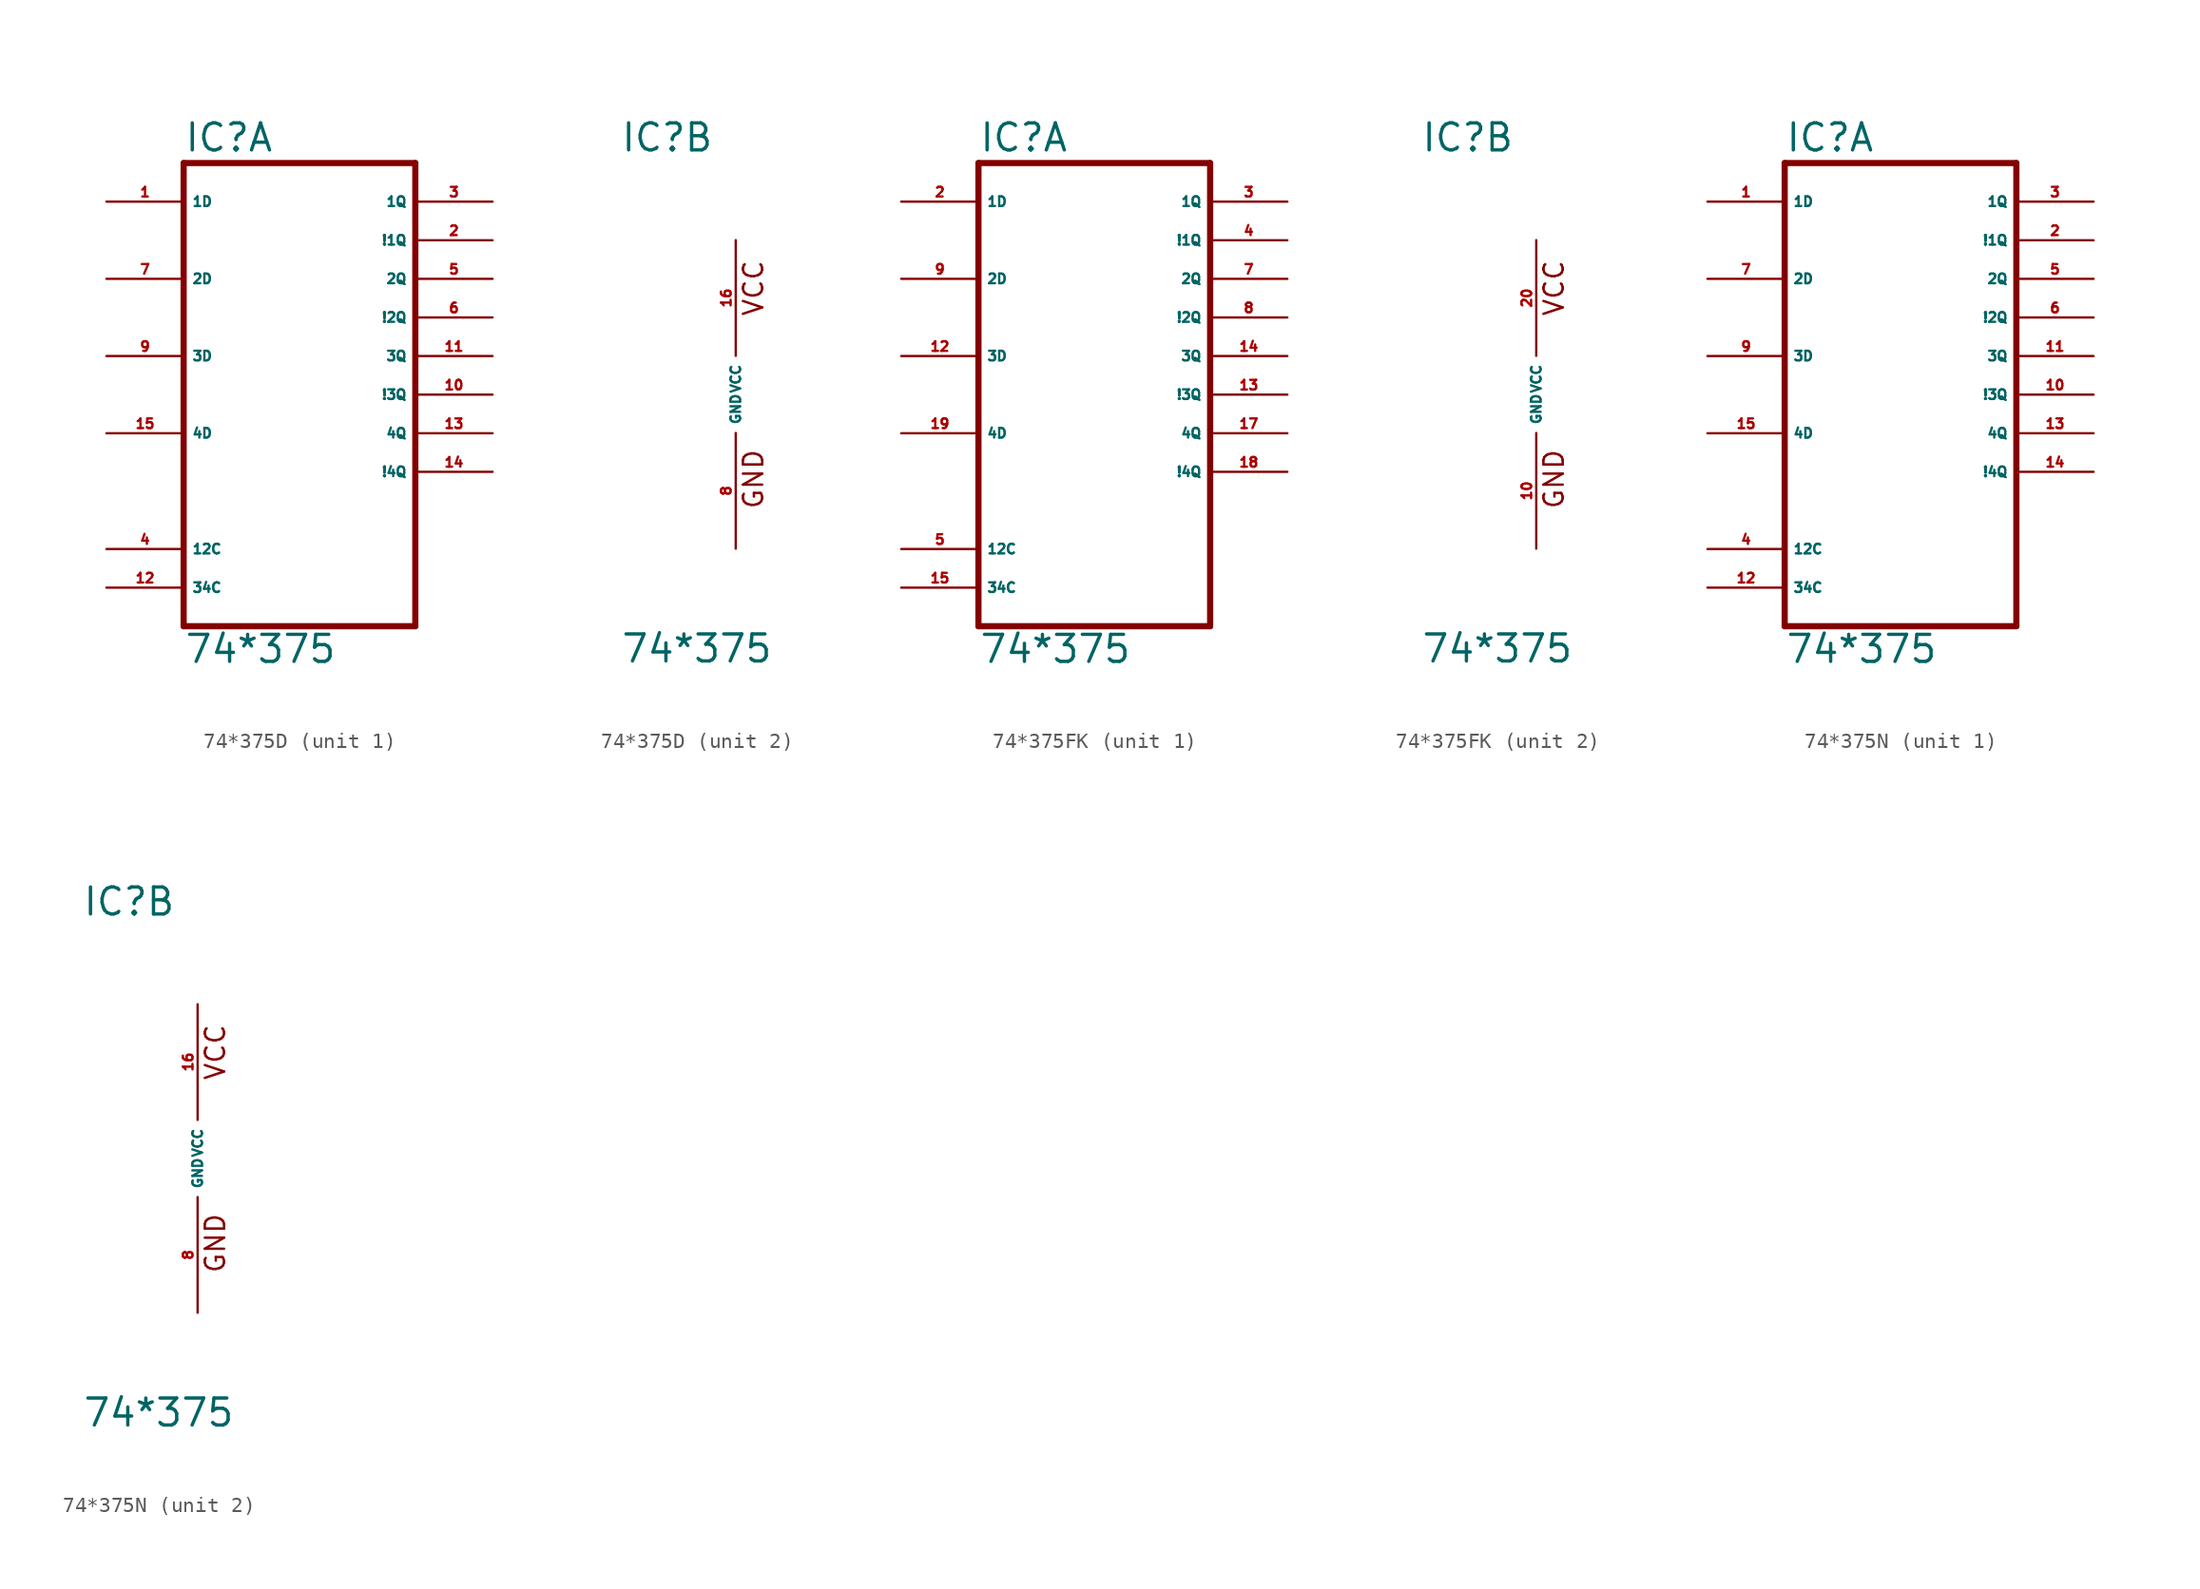
<source format=kicad_sym>
(kicad_symbol_lib
  (version 20220914)
  (generator Eagle2Kicad)
  (symbol "74*375D"
    (property "Reference" "IC"
      (at -7.62 15.875 0)
      (effects (font (size 1.778 1.778) (thickness 0.22)) (justify left bottom)))
    (property "Value" "74*375"
      (at -7.62 -17.78 0)
      (effects (font (size 1.778 1.778) (thickness 0.22)) (justify left bottom)))
    (symbol "74*375D_1_0"
      (polyline (pts (xy -7.62 -15.24) (xy 7.62 -15.24)) (stroke (width 0.406) (type default)) (fill (type none)))
      (polyline (pts (xy 7.62 -15.24) (xy 7.62 15.24)) (stroke (width 0.406) (type default)) (fill (type none)))
      (polyline (pts (xy 7.62 15.24) (xy -7.62 15.24)) (stroke (width 0.406) (type default)) (fill (type none)))
      (polyline (pts (xy -7.62 15.24) (xy -7.62 -15.24)) (stroke (width 0.406) (type default)) (fill (type none)))
      (pin input line (at -12.7 12.7 0) (length 5.08) (name "1D" (effects (font (size 0.635 0.635) (thickness 0.08)) (justify left bottom))) (number "1" (effects (font (size 0.635 0.635) (thickness 0.08)) (justify left bottom))))
      (pin output line (at 12.7 10.16 180) (length 5.08) (name "!1Q" (effects (font (size 0.635 0.635) (thickness 0.08)) (justify left bottom))) (number "2" (effects (font (size 0.635 0.635) (thickness 0.08)) (justify left bottom))))
      (pin output line (at 12.7 12.7 180) (length 5.08) (name "1Q" (effects (font (size 0.635 0.635) (thickness 0.08)) (justify left bottom))) (number "3" (effects (font (size 0.635 0.635) (thickness 0.08)) (justify left bottom))))
      (pin input line (at -12.7 -10.16 0) (length 5.08) (name "12C" (effects (font (size 0.635 0.635) (thickness 0.08)) (justify left bottom))) (number "4" (effects (font (size 0.635 0.635) (thickness 0.08)) (justify left bottom))))
      (pin output line (at 12.7 7.62 180) (length 5.08) (name "2Q" (effects (font (size 0.635 0.635) (thickness 0.08)) (justify left bottom))) (number "5" (effects (font (size 0.635 0.635) (thickness 0.08)) (justify left bottom))))
      (pin output line (at 12.7 5.08 180) (length 5.08) (name "!2Q" (effects (font (size 0.635 0.635) (thickness 0.08)) (justify left bottom))) (number "6" (effects (font (size 0.635 0.635) (thickness 0.08)) (justify left bottom))))
      (pin input line (at -12.7 7.62 0) (length 5.08) (name "2D" (effects (font (size 0.635 0.635) (thickness 0.08)) (justify left bottom))) (number "7" (effects (font (size 0.635 0.635) (thickness 0.08)) (justify left bottom))))
      (pin input line (at -12.7 2.54 0) (length 5.08) (name "3D" (effects (font (size 0.635 0.635) (thickness 0.08)) (justify left bottom))) (number "9" (effects (font (size 0.635 0.635) (thickness 0.08)) (justify left bottom))))
      (pin output line (at 12.7 0 180) (length 5.08) (name "!3Q" (effects (font (size 0.635 0.635) (thickness 0.08)) (justify left bottom))) (number "10" (effects (font (size 0.635 0.635) (thickness 0.08)) (justify left bottom))))
      (pin output line (at 12.7 2.54 180) (length 5.08) (name "3Q" (effects (font (size 0.635 0.635) (thickness 0.08)) (justify left bottom))) (number "11" (effects (font (size 0.635 0.635) (thickness 0.08)) (justify left bottom))))
      (pin input line (at -12.7 -12.7 0) (length 5.08) (name "34C" (effects (font (size 0.635 0.635) (thickness 0.08)) (justify left bottom))) (number "12" (effects (font (size 0.635 0.635) (thickness 0.08)) (justify left bottom))))
      (pin output line (at 12.7 -2.54 180) (length 5.08) (name "4Q" (effects (font (size 0.635 0.635) (thickness 0.08)) (justify left bottom))) (number "13" (effects (font (size 0.635 0.635) (thickness 0.08)) (justify left bottom))))
      (pin output line (at 12.7 -5.08 180) (length 5.08) (name "!4Q" (effects (font (size 0.635 0.635) (thickness 0.08)) (justify left bottom))) (number "14" (effects (font (size 0.635 0.635) (thickness 0.08)) (justify left bottom))))
      (pin input line (at -12.7 -2.54 0) (length 5.08) (name "4D" (effects (font (size 0.635 0.635) (thickness 0.08)) (justify left bottom))) (number "15" (effects (font (size 0.635 0.635) (thickness 0.08)) (justify left bottom)))))
    (symbol "74*375D_2_0"
      (text "GND" (at 1.905 -7.62 900) (effects (font (size 1.27 1.27) (thickness 0.16)) (justify left bottom)))
      (text "VCC" (at 1.905 5.08 900) (effects (font (size 1.27 1.27) (thickness 0.16)) (justify left bottom)))
      (pin unspecified line (at 0 -10.16 90) (length 7.62) (name "GND" (effects (font (size 0.635 0.635) (thickness 0.08)) (justify left bottom))) (number "8" (effects (font (size 0.635 0.635) (thickness 0.08)) (justify left bottom))))
      (pin unspecified line (at 0 10.16 270) (length 7.62) (name "VCC" (effects (font (size 0.635 0.635) (thickness 0.08)) (justify left bottom))) (number "16" (effects (font (size 0.635 0.635) (thickness 0.08)) (justify left bottom))))))
  (symbol "74*375FK"
    (property "Reference" "IC"
      (at -7.62 15.875 0)
      (effects (font (size 1.778 1.778) (thickness 0.22)) (justify left bottom)))
    (property "Value" "74*375"
      (at -7.62 -17.78 0)
      (effects (font (size 1.778 1.778) (thickness 0.22)) (justify left bottom)))
    (symbol "74*375FK_1_0"
      (polyline (pts (xy -7.62 -15.24) (xy 7.62 -15.24)) (stroke (width 0.406) (type default)) (fill (type none)))
      (polyline (pts (xy 7.62 -15.24) (xy 7.62 15.24)) (stroke (width 0.406) (type default)) (fill (type none)))
      (polyline (pts (xy 7.62 15.24) (xy -7.62 15.24)) (stroke (width 0.406) (type default)) (fill (type none)))
      (polyline (pts (xy -7.62 15.24) (xy -7.62 -15.24)) (stroke (width 0.406) (type default)) (fill (type none)))
      (pin input line (at -12.7 12.7 0) (length 5.08) (name "1D" (effects (font (size 0.635 0.635) (thickness 0.08)) (justify left bottom))) (number "2" (effects (font (size 0.635 0.635) (thickness 0.08)) (justify left bottom))))
      (pin output line (at 12.7 10.16 180) (length 5.08) (name "!1Q" (effects (font (size 0.635 0.635) (thickness 0.08)) (justify left bottom))) (number "4" (effects (font (size 0.635 0.635) (thickness 0.08)) (justify left bottom))))
      (pin output line (at 12.7 12.7 180) (length 5.08) (name "1Q" (effects (font (size 0.635 0.635) (thickness 0.08)) (justify left bottom))) (number "3" (effects (font (size 0.635 0.635) (thickness 0.08)) (justify left bottom))))
      (pin input line (at -12.7 -10.16 0) (length 5.08) (name "12C" (effects (font (size 0.635 0.635) (thickness 0.08)) (justify left bottom))) (number "5" (effects (font (size 0.635 0.635) (thickness 0.08)) (justify left bottom))))
      (pin output line (at 12.7 7.62 180) (length 5.08) (name "2Q" (effects (font (size 0.635 0.635) (thickness 0.08)) (justify left bottom))) (number "7" (effects (font (size 0.635 0.635) (thickness 0.08)) (justify left bottom))))
      (pin output line (at 12.7 5.08 180) (length 5.08) (name "!2Q" (effects (font (size 0.635 0.635) (thickness 0.08)) (justify left bottom))) (number "8" (effects (font (size 0.635 0.635) (thickness 0.08)) (justify left bottom))))
      (pin input line (at -12.7 7.62 0) (length 5.08) (name "2D" (effects (font (size 0.635 0.635) (thickness 0.08)) (justify left bottom))) (number "9" (effects (font (size 0.635 0.635) (thickness 0.08)) (justify left bottom))))
      (pin input line (at -12.7 2.54 0) (length 5.08) (name "3D" (effects (font (size 0.635 0.635) (thickness 0.08)) (justify left bottom))) (number "12" (effects (font (size 0.635 0.635) (thickness 0.08)) (justify left bottom))))
      (pin output line (at 12.7 0 180) (length 5.08) (name "!3Q" (effects (font (size 0.635 0.635) (thickness 0.08)) (justify left bottom))) (number "13" (effects (font (size 0.635 0.635) (thickness 0.08)) (justify left bottom))))
      (pin output line (at 12.7 2.54 180) (length 5.08) (name "3Q" (effects (font (size 0.635 0.635) (thickness 0.08)) (justify left bottom))) (number "14" (effects (font (size 0.635 0.635) (thickness 0.08)) (justify left bottom))))
      (pin input line (at -12.7 -12.7 0) (length 5.08) (name "34C" (effects (font (size 0.635 0.635) (thickness 0.08)) (justify left bottom))) (number "15" (effects (font (size 0.635 0.635) (thickness 0.08)) (justify left bottom))))
      (pin output line (at 12.7 -2.54 180) (length 5.08) (name "4Q" (effects (font (size 0.635 0.635) (thickness 0.08)) (justify left bottom))) (number "17" (effects (font (size 0.635 0.635) (thickness 0.08)) (justify left bottom))))
      (pin output line (at 12.7 -5.08 180) (length 5.08) (name "!4Q" (effects (font (size 0.635 0.635) (thickness 0.08)) (justify left bottom))) (number "18" (effects (font (size 0.635 0.635) (thickness 0.08)) (justify left bottom))))
      (pin input line (at -12.7 -2.54 0) (length 5.08) (name "4D" (effects (font (size 0.635 0.635) (thickness 0.08)) (justify left bottom))) (number "19" (effects (font (size 0.635 0.635) (thickness 0.08)) (justify left bottom)))))
    (symbol "74*375FK_2_0"
      (text "GND" (at 1.905 -7.62 900) (effects (font (size 1.27 1.27) (thickness 0.16)) (justify left bottom)))
      (text "VCC" (at 1.905 5.08 900) (effects (font (size 1.27 1.27) (thickness 0.16)) (justify left bottom)))
      (pin unspecified line (at 0 -10.16 90) (length 7.62) (name "GND" (effects (font (size 0.635 0.635) (thickness 0.08)) (justify left bottom))) (number "10" (effects (font (size 0.635 0.635) (thickness 0.08)) (justify left bottom))))
      (pin unspecified line (at 0 10.16 270) (length 7.62) (name "VCC" (effects (font (size 0.635 0.635) (thickness 0.08)) (justify left bottom))) (number "20" (effects (font (size 0.635 0.635) (thickness 0.08)) (justify left bottom))))))
  (symbol "74*375N"
    (property "Reference" "IC"
      (at -7.62 15.875 0)
      (effects (font (size 1.778 1.778) (thickness 0.22)) (justify left bottom)))
    (property "Value" "74*375"
      (at -7.62 -17.78 0)
      (effects (font (size 1.778 1.778) (thickness 0.22)) (justify left bottom)))
    (symbol "74*375N_1_0"
      (polyline (pts (xy -7.62 -15.24) (xy 7.62 -15.24)) (stroke (width 0.406) (type default)) (fill (type none)))
      (polyline (pts (xy 7.62 -15.24) (xy 7.62 15.24)) (stroke (width 0.406) (type default)) (fill (type none)))
      (polyline (pts (xy 7.62 15.24) (xy -7.62 15.24)) (stroke (width 0.406) (type default)) (fill (type none)))
      (polyline (pts (xy -7.62 15.24) (xy -7.62 -15.24)) (stroke (width 0.406) (type default)) (fill (type none)))
      (pin input line (at -12.7 12.7 0) (length 5.08) (name "1D" (effects (font (size 0.635 0.635) (thickness 0.08)) (justify left bottom))) (number "1" (effects (font (size 0.635 0.635) (thickness 0.08)) (justify left bottom))))
      (pin output line (at 12.7 10.16 180) (length 5.08) (name "!1Q" (effects (font (size 0.635 0.635) (thickness 0.08)) (justify left bottom))) (number "2" (effects (font (size 0.635 0.635) (thickness 0.08)) (justify left bottom))))
      (pin output line (at 12.7 12.7 180) (length 5.08) (name "1Q" (effects (font (size 0.635 0.635) (thickness 0.08)) (justify left bottom))) (number "3" (effects (font (size 0.635 0.635) (thickness 0.08)) (justify left bottom))))
      (pin input line (at -12.7 -10.16 0) (length 5.08) (name "12C" (effects (font (size 0.635 0.635) (thickness 0.08)) (justify left bottom))) (number "4" (effects (font (size 0.635 0.635) (thickness 0.08)) (justify left bottom))))
      (pin output line (at 12.7 7.62 180) (length 5.08) (name "2Q" (effects (font (size 0.635 0.635) (thickness 0.08)) (justify left bottom))) (number "5" (effects (font (size 0.635 0.635) (thickness 0.08)) (justify left bottom))))
      (pin output line (at 12.7 5.08 180) (length 5.08) (name "!2Q" (effects (font (size 0.635 0.635) (thickness 0.08)) (justify left bottom))) (number "6" (effects (font (size 0.635 0.635) (thickness 0.08)) (justify left bottom))))
      (pin input line (at -12.7 7.62 0) (length 5.08) (name "2D" (effects (font (size 0.635 0.635) (thickness 0.08)) (justify left bottom))) (number "7" (effects (font (size 0.635 0.635) (thickness 0.08)) (justify left bottom))))
      (pin input line (at -12.7 2.54 0) (length 5.08) (name "3D" (effects (font (size 0.635 0.635) (thickness 0.08)) (justify left bottom))) (number "9" (effects (font (size 0.635 0.635) (thickness 0.08)) (justify left bottom))))
      (pin output line (at 12.7 0 180) (length 5.08) (name "!3Q" (effects (font (size 0.635 0.635) (thickness 0.08)) (justify left bottom))) (number "10" (effects (font (size 0.635 0.635) (thickness 0.08)) (justify left bottom))))
      (pin output line (at 12.7 2.54 180) (length 5.08) (name "3Q" (effects (font (size 0.635 0.635) (thickness 0.08)) (justify left bottom))) (number "11" (effects (font (size 0.635 0.635) (thickness 0.08)) (justify left bottom))))
      (pin input line (at -12.7 -12.7 0) (length 5.08) (name "34C" (effects (font (size 0.635 0.635) (thickness 0.08)) (justify left bottom))) (number "12" (effects (font (size 0.635 0.635) (thickness 0.08)) (justify left bottom))))
      (pin output line (at 12.7 -2.54 180) (length 5.08) (name "4Q" (effects (font (size 0.635 0.635) (thickness 0.08)) (justify left bottom))) (number "13" (effects (font (size 0.635 0.635) (thickness 0.08)) (justify left bottom))))
      (pin output line (at 12.7 -5.08 180) (length 5.08) (name "!4Q" (effects (font (size 0.635 0.635) (thickness 0.08)) (justify left bottom))) (number "14" (effects (font (size 0.635 0.635) (thickness 0.08)) (justify left bottom))))
      (pin input line (at -12.7 -2.54 0) (length 5.08) (name "4D" (effects (font (size 0.635 0.635) (thickness 0.08)) (justify left bottom))) (number "15" (effects (font (size 0.635 0.635) (thickness 0.08)) (justify left bottom)))))
    (symbol "74*375N_2_0"
      (text "GND" (at 1.905 -7.62 900) (effects (font (size 1.27 1.27) (thickness 0.16)) (justify left bottom)))
      (text "VCC" (at 1.905 5.08 900) (effects (font (size 1.27 1.27) (thickness 0.16)) (justify left bottom)))
      (pin unspecified line (at 0 -10.16 90) (length 7.62) (name "GND" (effects (font (size 0.635 0.635) (thickness 0.08)) (justify left bottom))) (number "8" (effects (font (size 0.635 0.635) (thickness 0.08)) (justify left bottom))))
      (pin unspecified line (at 0 10.16 270) (length 7.62) (name "VCC" (effects (font (size 0.635 0.635) (thickness 0.08)) (justify left bottom))) (number "16" (effects (font (size 0.635 0.635) (thickness 0.08)) (justify left bottom)))))))
</source>
